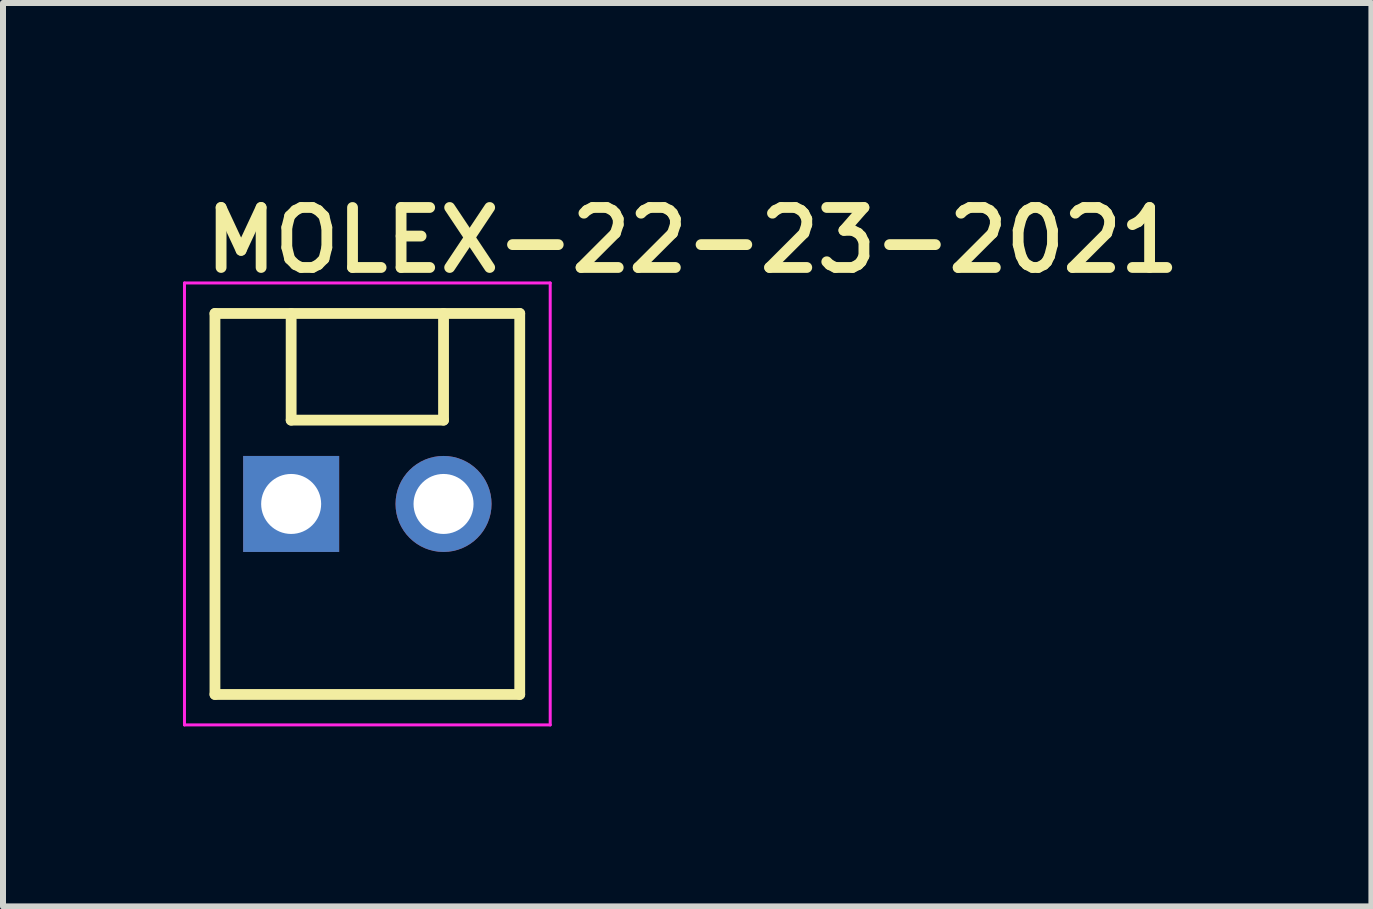
<source format=kicad_pcb>
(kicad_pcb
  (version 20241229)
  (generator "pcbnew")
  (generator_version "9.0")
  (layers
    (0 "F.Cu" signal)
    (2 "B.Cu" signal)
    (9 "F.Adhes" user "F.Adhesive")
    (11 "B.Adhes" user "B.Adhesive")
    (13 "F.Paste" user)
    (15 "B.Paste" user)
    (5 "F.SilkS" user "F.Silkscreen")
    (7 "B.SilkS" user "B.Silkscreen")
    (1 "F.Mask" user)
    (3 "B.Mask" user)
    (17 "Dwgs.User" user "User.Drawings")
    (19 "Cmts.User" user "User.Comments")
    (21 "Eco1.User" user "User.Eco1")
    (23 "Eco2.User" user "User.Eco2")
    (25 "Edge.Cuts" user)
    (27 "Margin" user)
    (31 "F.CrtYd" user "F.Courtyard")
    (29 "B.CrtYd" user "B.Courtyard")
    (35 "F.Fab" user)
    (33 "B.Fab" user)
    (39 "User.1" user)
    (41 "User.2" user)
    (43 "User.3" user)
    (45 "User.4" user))
  (footprint "MOLEX-22-23-2021"
    (layer "F.Cu")
    (at 3.073 5.35)
    (property "Reference" "MOLEX-22-23-2021" (at -2.794 -3.81 0) (layer "F.SilkS") (effects (font (size 1 1) (thickness 0.18)) (justify left bottom)))
    (attr through_hole)
    (fp_line (start -2.54 -3.175) (end 2.54 -3.175) (stroke (width 0.18) (type solid)) (layer "F.SilkS"))
    (fp_line (start -2.54 3.175) (end -2.54 -3.175) (stroke (width 0.18) (type solid)) (layer "F.SilkS"))
    (fp_line (start -1.27 -1.397) (end -1.27 -3.175) (stroke (width 0.18) (type solid)) (layer "F.SilkS"))
    (fp_line (start -1.27 -1.397) (end 1.27 -1.397) (stroke (width 0.18) (type solid)) (layer "F.SilkS"))
    (fp_line (start 1.27 -1.397) (end 1.27 -3.175) (stroke (width 0.18) (type solid)) (layer "F.SilkS"))
    (fp_line (start 2.54 -3.175) (end 2.54 3.175) (stroke (width 0.18) (type solid)) (layer "F.SilkS"))
    (fp_line (start 2.54 3.175) (end -2.54 3.175) (stroke (width 0.18) (type solid)) (layer "F.SilkS"))
    (fp_line (start -3.048 -3.683) (end 3.048 -3.683) (stroke (width 0.05) (type solid)) (layer "F.CrtYd"))
    (fp_line (start -3.048 3.683) (end -3.048 -3.683) (stroke (width 0.05) (type solid)) (layer "F.CrtYd"))
    (fp_line (start 3.048 -3.683) (end 3.048 3.683) (stroke (width 0.05) (type solid)) (layer "F.CrtYd"))
    (fp_line (start 3.048 3.683) (end -3.048 3.683) (stroke (width 0.05) (type solid)) (layer "F.CrtYd"))
    (pad "1" thru_hole rect (at -1.27 0) (size 1.6 1.6) (drill 1) (layers "*.Cu" "*.Mask"))
    (pad "2" thru_hole circle (at 1.27 0 90) (size 1.6 1.6) (drill 1) (layers "*.Cu" "*.Mask")))
  (gr_rect
    (start -3 -3)
    (end 19.809 12.058)
    (stroke (width 0.1) (type default))
    (fill no)
    (layer "Edge.Cuts")))
</source>
